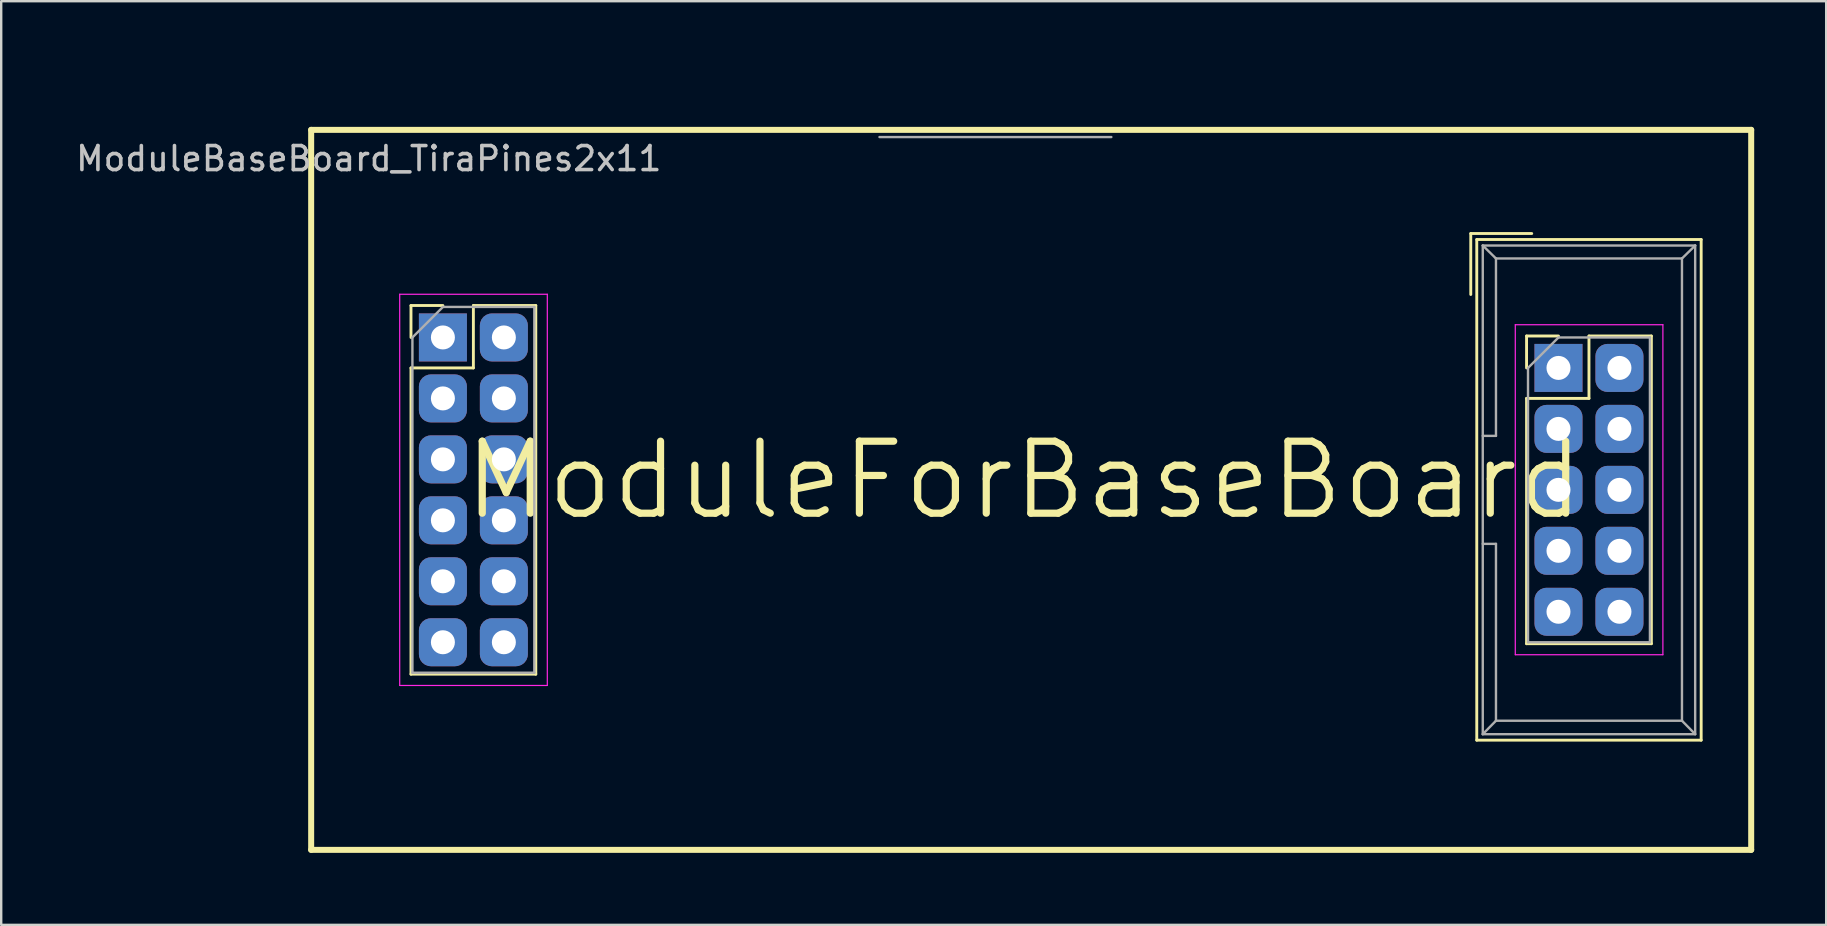
<source format=kicad_pcb>
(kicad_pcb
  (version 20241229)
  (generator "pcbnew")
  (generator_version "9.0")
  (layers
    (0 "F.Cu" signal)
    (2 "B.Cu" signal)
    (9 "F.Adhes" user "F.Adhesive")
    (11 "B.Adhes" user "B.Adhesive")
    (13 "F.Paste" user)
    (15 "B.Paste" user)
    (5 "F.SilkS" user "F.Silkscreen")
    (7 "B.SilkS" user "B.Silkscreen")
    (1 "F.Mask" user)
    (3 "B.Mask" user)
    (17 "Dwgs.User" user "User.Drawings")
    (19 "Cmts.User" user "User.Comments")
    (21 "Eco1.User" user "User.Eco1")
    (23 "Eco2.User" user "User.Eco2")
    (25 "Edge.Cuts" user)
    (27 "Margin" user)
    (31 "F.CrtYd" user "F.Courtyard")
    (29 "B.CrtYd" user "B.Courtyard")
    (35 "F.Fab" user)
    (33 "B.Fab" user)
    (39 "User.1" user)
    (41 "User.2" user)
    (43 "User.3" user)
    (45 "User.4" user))
  (footprint "ModuleBaseBoard_TiraPines2x11"
    (layer "F.Cu")
    (at 39.915 17.36)
    (property "Reference" "ModuleBaseBoard_TiraPines2x11" (at -27.6 -13.8 0) (layer "Dwgs.User") (effects (font (size 1 1) (thickness 0.15))))
    (property "Value" "ModuleForBaseBoard" (at -22.1 -13.9 0) (layer "F.Fab") (hide yes) (effects (font (size 1 1) (thickness 0.15))))
    (attr through_hole)
    (fp_line (start -30 -15) (end -30 15) (stroke (width 0.25) (type solid)) (layer "F.SilkS"))
    (fp_line (start -30 -15) (end 30 -15) (stroke (width 0.25) (type solid)) (layer "F.SilkS"))
    (fp_line (start -25.841 -7.68) (end -24.511 -7.68) (stroke (width 0.12) (type solid)) (layer "F.SilkS"))
    (fp_line (start -25.841 -6.35) (end -25.841 -7.68) (stroke (width 0.12) (type solid)) (layer "F.SilkS"))
    (fp_line (start -25.841 -5.08) (end -25.841 7.68) (stroke (width 0.12) (type solid)) (layer "F.SilkS"))
    (fp_line (start -25.841 -5.08) (end -23.241 -5.08) (stroke (width 0.12) (type solid)) (layer "F.SilkS"))
    (fp_line (start -25.841 7.68) (end -20.641 7.68) (stroke (width 0.12) (type solid)) (layer "F.SilkS"))
    (fp_line (start -23.241 -7.68) (end -20.641 -7.68) (stroke (width 0.12) (type solid)) (layer "F.SilkS"))
    (fp_line (start -23.241 -5.08) (end -23.241 -7.68) (stroke (width 0.12) (type solid)) (layer "F.SilkS"))
    (fp_line (start -20.641 -7.68) (end -20.641 7.68) (stroke (width 0.12) (type solid)) (layer "F.SilkS"))
    (fp_line (start 18.316 -10.68) (end 18.316 -8.14) (stroke (width 0.12) (type solid)) (layer "F.SilkS"))
    (fp_line (start 18.316 -10.68) (end 20.856 -10.68) (stroke (width 0.12) (type solid)) (layer "F.SilkS"))
    (fp_line (start 18.566 -10.43) (end 27.916 -10.43) (stroke (width 0.12) (type solid)) (layer "F.SilkS"))
    (fp_line (start 18.566 10.43) (end 18.566 -10.43) (stroke (width 0.12) (type solid)) (layer "F.SilkS"))
    (fp_line (start 20.641 -6.41) (end 21.971 -6.41) (stroke (width 0.12) (type solid)) (layer "F.SilkS"))
    (fp_line (start 20.641 -5.08) (end 20.641 -6.41) (stroke (width 0.12) (type solid)) (layer "F.SilkS"))
    (fp_line (start 20.641 -3.81) (end 20.641 6.41) (stroke (width 0.12) (type solid)) (layer "F.SilkS"))
    (fp_line (start 20.641 -3.81) (end 23.241 -3.81) (stroke (width 0.12) (type solid)) (layer "F.SilkS"))
    (fp_line (start 20.641 6.41) (end 25.841 6.41) (stroke (width 0.12) (type solid)) (layer "F.SilkS"))
    (fp_line (start 23.241 -6.41) (end 25.841 -6.41) (stroke (width 0.12) (type solid)) (layer "F.SilkS"))
    (fp_line (start 23.241 -3.81) (end 23.241 -6.41) (stroke (width 0.12) (type solid)) (layer "F.SilkS"))
    (fp_line (start 25.841 -6.41) (end 25.841 6.41) (stroke (width 0.12) (type solid)) (layer "F.SilkS"))
    (fp_line (start 27.916 -10.43) (end 27.916 10.43) (stroke (width 0.12) (type solid)) (layer "F.SilkS"))
    (fp_line (start 27.916 10.43) (end 18.566 10.43) (stroke (width 0.12) (type solid)) (layer "F.SilkS"))
    (fp_line (start 30 15) (end -30 15) (stroke (width 0.25) (type solid)) (layer "F.SilkS"))
    (fp_line (start 30 15) (end 30 -15) (stroke (width 0.25) (type solid)) (layer "F.SilkS"))
    (fp_line (start -6.36 -6.7) (end -6.32 -14.7) (stroke (width 0.1) (type solid)) (layer "Eco2.User"))
    (fp_line (start -4.918 -9.645) (end -2.826 -11.738) (stroke (width 0.1) (type solid)) (layer "Eco2.User"))
    (fp_line (start -4.735 -9.462) (end -2.643 -11.555) (stroke (width 0.1) (type solid)) (layer "Eco2.User"))
    (fp_line (start -4.7 -17.2) (end -4.7 -14.2) (stroke (width 0.12) (type solid)) (layer "Eco2.User"))
    (fp_line (start -4.7 -14.2) (end -4.3 -13.7) (stroke (width 0.12) (type solid)) (layer "Eco2.User"))
    (fp_line (start -4.3 -13.7) (end -4.3 -11.9) (stroke (width 0.12) (type solid)) (layer "Eco2.User"))
    (fp_line (start -4.3 -11.9) (end -3.2 -11.9) (stroke (width 0.12) (type solid)) (layer "Eco2.User"))
    (fp_line (start -3.2 -13.7) (end -2.7 -14.3) (stroke (width 0.12) (type solid)) (layer "Eco2.User"))
    (fp_line (start -3.2 -11.9) (end -3.2 -13.7) (stroke (width 0.12) (type solid)) (layer "Eco2.User"))
    (fp_line (start -2.7 -17.2) (end -4.7 -17.2) (stroke (width 0.12) (type solid)) (layer "Eco2.User"))
    (fp_line (start -2.7 -14.3) (end -2.7 -17.2) (stroke (width 0.12) (type solid)) (layer "Eco2.User"))
    (fp_line (start 0.162 -9.645) (end 2.255 -11.738) (stroke (width 0.1) (type solid)) (layer "Eco2.User"))
    (fp_line (start 0.345 -9.462) (end 2.438 -11.555) (stroke (width 0.1) (type solid)) (layer "Eco2.User"))
    (fp_line (start 0.4 -17.3) (end 0.4 -14.3) (stroke (width 0.12) (type solid)) (layer "Eco2.User"))
    (fp_line (start 0.4 -14.3) (end 0.8 -13.8) (stroke (width 0.12) (type solid)) (layer "Eco2.User"))
    (fp_line (start 0.8 -13.8) (end 0.8 -12) (stroke (width 0.12) (type solid)) (layer "Eco2.User"))
    (fp_line (start 0.8 -12) (end 1.9 -12) (stroke (width 0.12) (type solid)) (layer "Eco2.User"))
    (fp_line (start 1.9 -13.8) (end 2.4 -14.4) (stroke (width 0.12) (type solid)) (layer "Eco2.User"))
    (fp_line (start 1.9 -12) (end 1.9 -13.8) (stroke (width 0.12) (type solid)) (layer "Eco2.User"))
    (fp_line (start 2.4 -17.3) (end 0.4 -17.3) (stroke (width 0.12) (type solid)) (layer "Eco2.User"))
    (fp_line (start 2.4 -14.4) (end 2.4 -17.3) (stroke (width 0.12) (type solid)) (layer "Eco2.User"))
    (fp_line (start 3.34 -14.7) (end 3.84 -14.2) (stroke (width 0.1) (type solid)) (layer "Eco2.User"))
    (fp_line (start 3.8 -6.7) (end -6.36 -6.7) (stroke (width 0.1) (type solid)) (layer "Eco2.User"))
    (fp_line (start 3.84 -14.7) (end -6.32 -14.7) (stroke (width 0.1) (type solid)) (layer "Eco2.User"))
    (fp_line (start 3.84 -14.7) (end 3.8 -6.7) (stroke (width 0.1) (type solid)) (layer "Eco2.User"))
    (fp_line (start 3.84 -13.2) (end -6.32 -13.2) (stroke (width 0.1) (type solid)) (layer "Eco2.User"))
    (fp_line (start 3.84 -8.3) (end -6.32 -8.3) (stroke (width 0.1) (type solid)) (layer "Eco2.User"))
    (fp_circle (center -3.78 -10.6) (end -2.28 -10.6) (stroke (width 0.1) (type solid)) (fill no) (layer "Eco2.User"))
    (fp_circle (center 1.3 -10.6) (end 2.8 -10.6) (stroke (width 0.1) (type solid)) (fill no) (layer "Eco2.User"))
    (fp_line (start -26.311 -8.15) (end -26.311 8.15) (stroke (width 0.05) (type solid)) (layer "F.CrtYd"))
    (fp_line (start -26.311 8.15) (end -20.161 8.15) (stroke (width 0.05) (type solid)) (layer "F.CrtYd"))
    (fp_line (start -20.161 -8.15) (end -26.311 -8.15) (stroke (width 0.05) (type solid)) (layer "F.CrtYd"))
    (fp_line (start -20.161 8.15) (end -20.161 -8.15) (stroke (width 0.05) (type solid)) (layer "F.CrtYd"))
    (fp_line (start 20.171 -6.88) (end 20.171 6.87) (stroke (width 0.05) (type solid)) (layer "F.CrtYd"))
    (fp_line (start 20.171 6.87) (end 26.321 6.87) (stroke (width 0.05) (type solid)) (layer "F.CrtYd"))
    (fp_line (start 26.321 -6.88) (end 20.171 -6.88) (stroke (width 0.05) (type solid)) (layer "F.CrtYd"))
    (fp_line (start 26.321 6.87) (end 26.321 -6.88) (stroke (width 0.05) (type solid)) (layer "F.CrtYd"))
    (fp_line (start -25.781 -6.35) (end -24.511 -7.62) (stroke (width 0.1) (type solid)) (layer "F.Fab"))
    (fp_line (start -25.781 7.62) (end -25.781 -6.35) (stroke (width 0.1) (type solid)) (layer "F.Fab"))
    (fp_line (start -24.511 -7.62) (end -20.701 -7.62) (stroke (width 0.1) (type solid)) (layer "F.Fab"))
    (fp_line (start -20.701 -7.62) (end -20.701 7.62) (stroke (width 0.1) (type solid)) (layer "F.Fab"))
    (fp_line (start -20.701 7.62) (end -25.781 7.62) (stroke (width 0.1) (type solid)) (layer "F.Fab"))
    (fp_line (start -6.32 -14.7) (end 3.34 -14.7) (stroke (width 0.1) (type solid)) (layer "F.Fab"))
    (fp_line (start 18.816 -10.18) (end 18.816 10.18) (stroke (width 0.1) (type solid)) (layer "F.Fab"))
    (fp_line (start 18.816 -10.18) (end 19.366 -9.64) (stroke (width 0.1) (type solid)) (layer "F.Fab"))
    (fp_line (start 18.816 10.18) (end 19.366 9.62) (stroke (width 0.1) (type solid)) (layer "F.Fab"))
    (fp_line (start 19.366 -9.64) (end 19.366 -2.25) (stroke (width 0.1) (type solid)) (layer "F.Fab"))
    (fp_line (start 19.366 -2.25) (end 18.816 -2.25) (stroke (width 0.1) (type solid)) (layer "F.Fab"))
    (fp_line (start 19.366 2.25) (end 18.816 2.25) (stroke (width 0.1) (type solid)) (layer "F.Fab"))
    (fp_line (start 19.366 2.25) (end 19.366 9.62) (stroke (width 0.1) (type solid)) (layer "F.Fab"))
    (fp_line (start 20.701 -5.08) (end 21.971 -6.35) (stroke (width 0.1) (type solid)) (layer "F.Fab"))
    (fp_line (start 20.701 6.35) (end 20.701 -5.08) (stroke (width 0.1) (type solid)) (layer "F.Fab"))
    (fp_line (start 21.971 -6.35) (end 25.781 -6.35) (stroke (width 0.1) (type solid)) (layer "F.Fab"))
    (fp_line (start 25.781 -6.35) (end 25.781 6.35) (stroke (width 0.1) (type solid)) (layer "F.Fab"))
    (fp_line (start 25.781 6.35) (end 20.701 6.35) (stroke (width 0.1) (type solid)) (layer "F.Fab"))
    (fp_line (start 27.116 -9.64) (end 19.366 -9.64) (stroke (width 0.1) (type solid)) (layer "F.Fab"))
    (fp_line (start 27.116 -9.64) (end 27.116 9.62) (stroke (width 0.1) (type solid)) (layer "F.Fab"))
    (fp_line (start 27.116 9.62) (end 19.366 9.62) (stroke (width 0.1) (type solid)) (layer "F.Fab"))
    (fp_line (start 27.666 -10.18) (end 18.816 -10.18) (stroke (width 0.1) (type solid)) (layer "F.Fab"))
    (fp_line (start 27.666 -10.18) (end 27.116 -9.64) (stroke (width 0.1) (type solid)) (layer "F.Fab"))
    (fp_line (start 27.666 -10.18) (end 27.666 10.18) (stroke (width 0.1) (type solid)) (layer "F.Fab"))
    (fp_line (start 27.666 10.18) (end 18.816 10.18) (stroke (width 0.1) (type solid)) (layer "F.Fab"))
    (fp_line (start 27.666 10.18) (end 27.116 9.62) (stroke (width 0.1) (type solid)) (layer "F.Fab"))
    (fp_text user "${VALUE}" (at -0.3 -0.4 180) (layer "F.SilkS") (effects (font (size 3 3) (thickness 0.3))))
    (pad "1" thru_hole rect (at -24.511 -6.35) (size 2 2) (drill 1) (layers "*.Cu" "*.Mask"))
    (pad "2" thru_hole roundrect (at -21.971 -6.35) (size 2 2) (drill 1) (layers "*.Cu" "*.Mask") (roundrect_rratio 0.25))
    (pad "3" thru_hole roundrect (at -24.511 -3.81) (size 2 2) (drill 1) (layers "*.Cu" "*.Mask") (roundrect_rratio 0.25))
    (pad "4" thru_hole roundrect (at -21.971 -3.81) (size 2 2) (drill 1) (layers "*.Cu" "*.Mask") (roundrect_rratio 0.25))
    (pad "5" thru_hole roundrect (at -24.511 -1.27) (size 2 2) (drill 1) (layers "*.Cu" "*.Mask") (roundrect_rratio 0.25))
    (pad "6" thru_hole roundrect (at -21.971 -1.27) (size 2 2) (drill 1) (layers "*.Cu" "*.Mask") (roundrect_rratio 0.25))
    (pad "7" thru_hole roundrect (at -24.511 1.27) (size 2 2) (drill 1) (layers "*.Cu" "*.Mask") (roundrect_rratio 0.25))
    (pad "8" thru_hole roundrect (at -21.971 1.27) (size 2 2) (drill 1) (layers "*.Cu" "*.Mask") (roundrect_rratio 0.25))
    (pad "9" thru_hole roundrect (at -24.511 3.81) (size 2 2) (drill 1) (layers "*.Cu" "*.Mask") (roundrect_rratio 0.25))
    (pad "10" thru_hole roundrect (at -21.971 3.81) (size 2 2) (drill 1) (layers "*.Cu" "*.Mask") (roundrect_rratio 0.25))
    (pad "11" thru_hole roundrect (at -24.511 6.35) (size 2 2) (drill 1) (layers "*.Cu" "*.Mask") (roundrect_rratio 0.25))
    (pad "12" thru_hole roundrect (at -21.971 6.35) (size 2 2) (drill 1) (layers "*.Cu" "*.Mask") (roundrect_rratio 0.25))
    (pad "13" thru_hole rect (at 21.971 -5.08) (size 2 2) (drill 1) (layers "*.Cu" "*.Mask"))
    (pad "14" thru_hole roundrect (at 24.511 -5.08) (size 2 2) (drill 1) (layers "*.Cu" "*.Mask") (roundrect_rratio 0.25))
    (pad "15" thru_hole roundrect (at 21.971 -2.54) (size 2 2) (drill 1) (layers "*.Cu" "*.Mask") (roundrect_rratio 0.25))
    (pad "16" thru_hole roundrect (at 24.511 -2.54) (size 2 2) (drill 1) (layers "*.Cu" "*.Mask") (roundrect_rratio 0.25))
    (pad "17" thru_hole roundrect (at 21.971 0) (size 2 2) (drill 1) (layers "*.Cu" "*.Mask") (roundrect_rratio 0.25))
    (pad "18" thru_hole roundrect (at 24.51 0) (size 2 2) (drill 1) (layers "*.Cu" "*.Mask") (roundrect_rratio 0.25))
    (pad "19" thru_hole roundrect (at 21.971 2.54) (size 2 2) (drill 1) (layers "*.Cu" "*.Mask") (roundrect_rratio 0.25))
    (pad "20" thru_hole roundrect (at 24.511 2.54) (size 2 2) (drill 1) (layers "*.Cu" "*.Mask") (roundrect_rratio 0.25))
    (pad "21" thru_hole roundrect (at 21.971 5.08) (size 2 2) (drill 1) (layers "*.Cu" "*.Mask") (roundrect_rratio 0.25))
    (pad "22" thru_hole roundrect (at 24.511 5.08) (size 2 2) (drill 1) (layers "*.Cu" "*.Mask") (roundrect_rratio 0.25)))
  (gr_rect
    (start -3 -3)
    (end 73.04 35.485)
    (stroke (width 0.1) (type default))
    (fill no)
    (layer "Edge.Cuts")))
</source>
